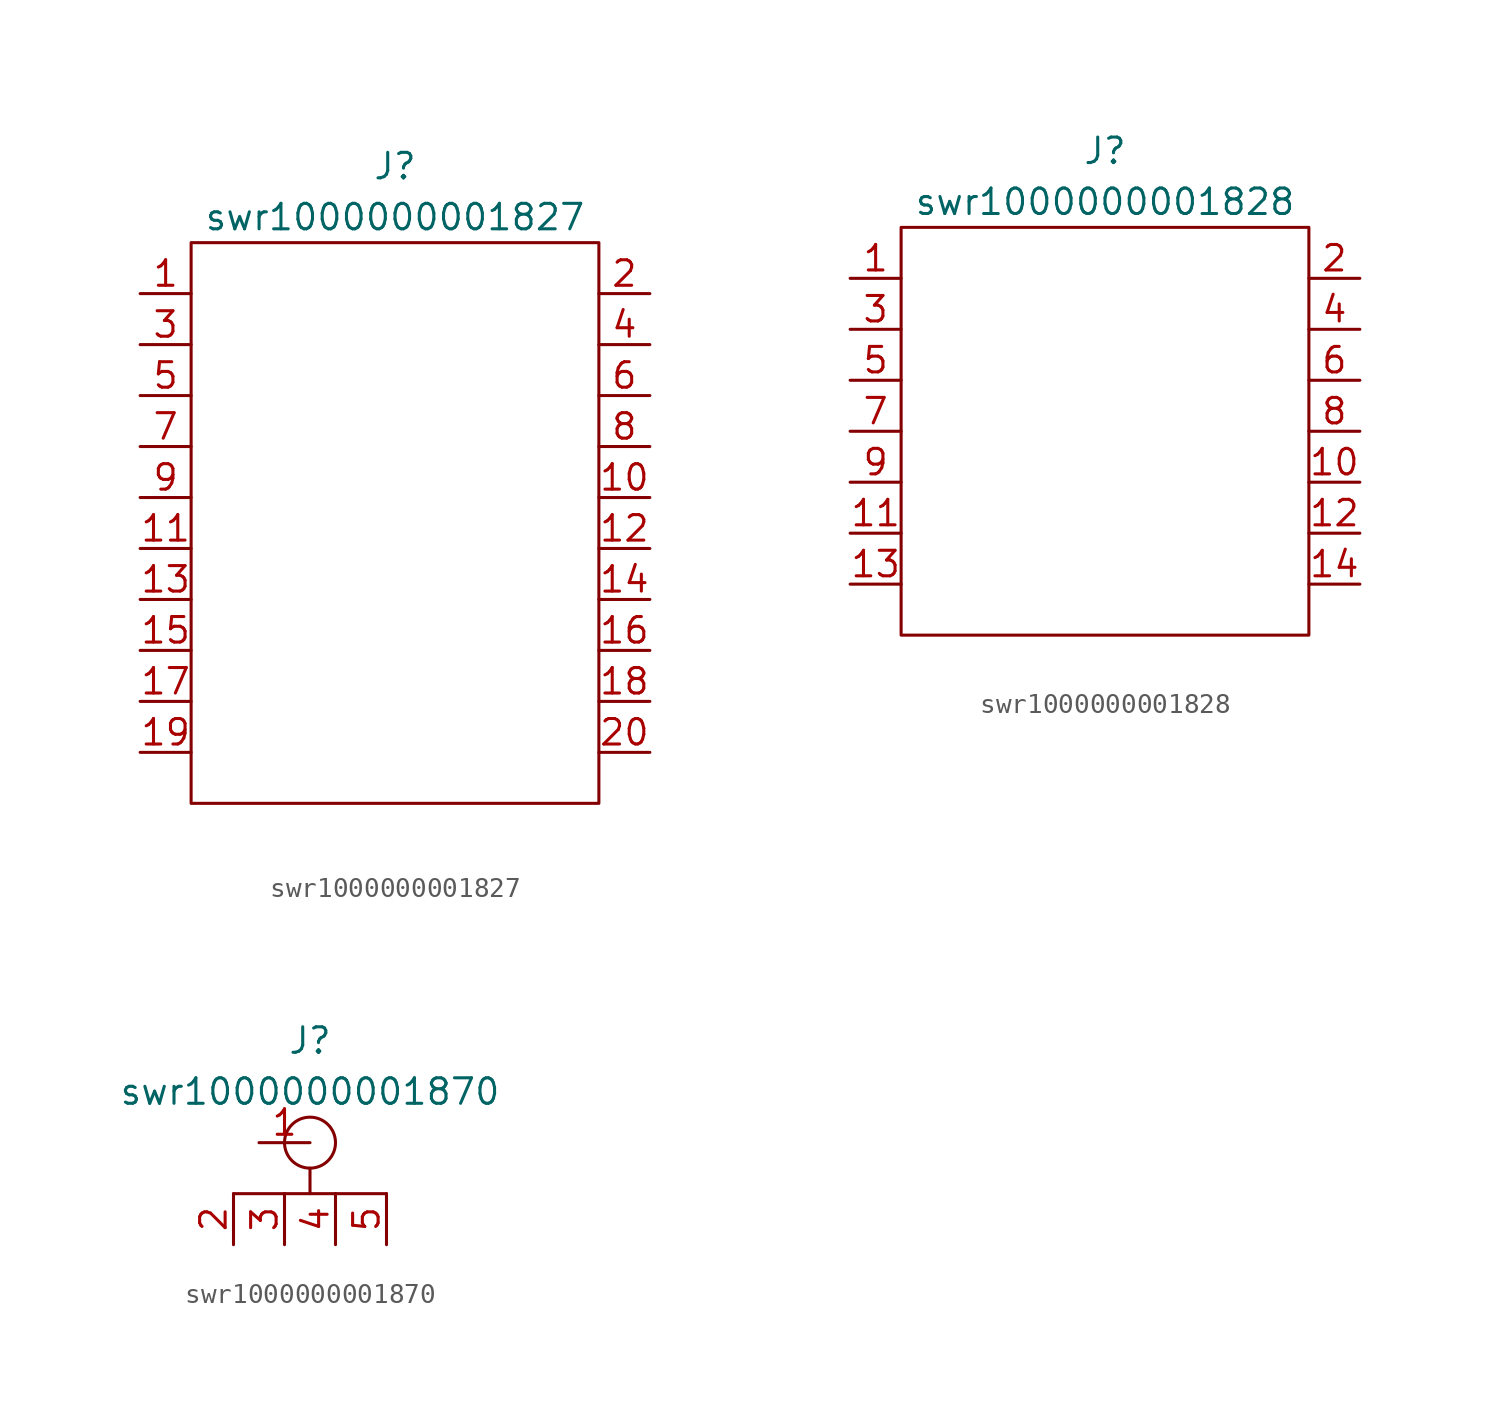
<source format=kicad_sym>
(kicad_symbol_lib
  (version 20220914)
  (generator kicad_symbol_editor)
  (symbol "swr1000000001827"
    (property "Reference" "J"
      (at 0 3.81 0)
      (effects (font (size 1.27 1.27))))
    (property "Value" "swr1000000001827"
      (at 0 1.27 0)
      (effects (font (size 1.27 1.27))))
    (symbol "swr1000000001827_0_0"
      (pin passive line (at -12.7 -2.54 0) (length 2.54) (name "" (effects (font (size 1.27 1.27)))) (number "1" (effects (font (size 1.27 1.27)))))
      (pin passive line (at 12.7 -12.7 180) (length 2.54) (name "" (effects (font (size 1.27 1.27)))) (number "10" (effects (font (size 1.27 1.27)))))
      (pin passive line (at -12.7 -15.24 0) (length 2.54) (name "" (effects (font (size 1.27 1.27)))) (number "11" (effects (font (size 1.27 1.27)))))
      (pin passive line (at 12.7 -15.24 180) (length 2.54) (name "" (effects (font (size 1.27 1.27)))) (number "12" (effects (font (size 1.27 1.27)))))
      (pin passive line (at -12.7 -17.78 0) (length 2.54) (name "" (effects (font (size 1.27 1.27)))) (number "13" (effects (font (size 1.27 1.27)))))
      (pin passive line (at 12.7 -17.78 180) (length 2.54) (name "" (effects (font (size 1.27 1.27)))) (number "14" (effects (font (size 1.27 1.27)))))
      (pin passive line (at -12.7 -20.32 0) (length 2.54) (name "" (effects (font (size 1.27 1.27)))) (number "15" (effects (font (size 1.27 1.27)))))
      (pin passive line (at 12.7 -20.32 180) (length 2.54) (name "" (effects (font (size 1.27 1.27)))) (number "16" (effects (font (size 1.27 1.27)))))
      (pin passive line (at -12.7 -22.86 0) (length 2.54) (name "" (effects (font (size 1.27 1.27)))) (number "17" (effects (font (size 1.27 1.27)))))
      (pin passive line (at 12.7 -22.86 180) (length 2.54) (name "" (effects (font (size 1.27 1.27)))) (number "18" (effects (font (size 1.27 1.27)))))
      (pin passive line (at -12.7 -25.4 0) (length 2.54) (name "" (effects (font (size 1.27 1.27)))) (number "19" (effects (font (size 1.27 1.27)))))
      (pin passive line (at 12.7 -2.54 180) (length 2.54) (name "" (effects (font (size 1.27 1.27)))) (number "2" (effects (font (size 1.27 1.27)))))
      (pin passive line (at 12.7 -25.4 180) (length 2.54) (name "" (effects (font (size 1.27 1.27)))) (number "20" (effects (font (size 1.27 1.27)))))
      (pin passive line (at -12.7 -5.08 0) (length 2.54) (name "" (effects (font (size 1.27 1.27)))) (number "3" (effects (font (size 1.27 1.27)))))
      (pin passive line (at 12.7 -5.08 180) (length 2.54) (name "" (effects (font (size 1.27 1.27)))) (number "4" (effects (font (size 1.27 1.27)))))
      (pin passive line (at -12.7 -7.62 0) (length 2.54) (name "" (effects (font (size 1.27 1.27)))) (number "5" (effects (font (size 1.27 1.27)))))
      (pin passive line (at 12.7 -7.62 180) (length 2.54) (name "" (effects (font (size 1.27 1.27)))) (number "6" (effects (font (size 1.27 1.27)))))
      (pin passive line (at -12.7 -10.16 0) (length 2.54) (name "" (effects (font (size 1.27 1.27)))) (number "7" (effects (font (size 1.27 1.27)))))
      (pin passive line (at 12.7 -10.16 180) (length 2.54) (name "" (effects (font (size 1.27 1.27)))) (number "8" (effects (font (size 1.27 1.27)))))
      (pin passive line (at -12.7 -12.7 0) (length 2.54) (name "" (effects (font (size 1.27 1.27)))) (number "9" (effects (font (size 1.27 1.27))))))
    (symbol "swr1000000001827_0_1"
      (rectangle (start -10.16 0) (end 10.16 -27.94) (stroke (width 0) (type default)) (fill (type none)))))
  (symbol "swr1000000001828"
    (property "Reference" "J"
      (at 0 3.81 0)
      (effects (font (size 1.27 1.27))))
    (property "Value" "swr1000000001828"
      (at 0 1.27 0)
      (effects (font (size 1.27 1.27))))
    (symbol "swr1000000001828_0_0"
      (pin passive line (at -12.7 -2.54 0) (length 2.54) (name "" (effects (font (size 1.27 1.27)))) (number "1" (effects (font (size 1.27 1.27)))))
      (pin passive line (at 12.7 -12.7 180) (length 2.54) (name "" (effects (font (size 1.27 1.27)))) (number "10" (effects (font (size 1.27 1.27)))))
      (pin passive line (at -12.7 -15.24 0) (length 2.54) (name "" (effects (font (size 1.27 1.27)))) (number "11" (effects (font (size 1.27 1.27)))))
      (pin passive line (at 12.7 -15.24 180) (length 2.54) (name "" (effects (font (size 1.27 1.27)))) (number "12" (effects (font (size 1.27 1.27)))))
      (pin passive line (at -12.7 -17.78 0) (length 2.54) (name "" (effects (font (size 1.27 1.27)))) (number "13" (effects (font (size 1.27 1.27)))))
      (pin passive line (at 12.7 -17.78 180) (length 2.54) (name "" (effects (font (size 1.27 1.27)))) (number "14" (effects (font (size 1.27 1.27)))))
      (pin passive line (at 12.7 -2.54 180) (length 2.54) (name "" (effects (font (size 1.27 1.27)))) (number "2" (effects (font (size 1.27 1.27)))))
      (pin passive line (at -12.7 -5.08 0) (length 2.54) (name "" (effects (font (size 1.27 1.27)))) (number "3" (effects (font (size 1.27 1.27)))))
      (pin passive line (at 12.7 -5.08 180) (length 2.54) (name "" (effects (font (size 1.27 1.27)))) (number "4" (effects (font (size 1.27 1.27)))))
      (pin passive line (at -12.7 -7.62 0) (length 2.54) (name "" (effects (font (size 1.27 1.27)))) (number "5" (effects (font (size 1.27 1.27)))))
      (pin passive line (at 12.7 -7.62 180) (length 2.54) (name "" (effects (font (size 1.27 1.27)))) (number "6" (effects (font (size 1.27 1.27)))))
      (pin passive line (at -12.7 -10.16 0) (length 2.54) (name "" (effects (font (size 1.27 1.27)))) (number "7" (effects (font (size 1.27 1.27)))))
      (pin passive line (at 12.7 -10.16 180) (length 2.54) (name "" (effects (font (size 1.27 1.27)))) (number "8" (effects (font (size 1.27 1.27)))))
      (pin passive line (at -12.7 -12.7 0) (length 2.54) (name "" (effects (font (size 1.27 1.27)))) (number "9" (effects (font (size 1.27 1.27))))))
    (symbol "swr1000000001828_0_1"
      (rectangle (start -10.16 0) (end 10.16 -20.32) (stroke (width 0) (type default)) (fill (type none)))))
  (symbol "swr1000000001870"
    (pin_names
      (offset 1.016))
    (property "Reference" "J"
      (at 0 5.08 0)
      (effects (font (size 1.27 1.27))))
    (property "Value" "swr1000000001870"
      (at 0 2.54 0)
      (effects (font (size 1.27 1.27))))
    (symbol "swr1000000001870_0_1"
      (polyline (pts (xy -3.81 -2.54) (xy 1.27 -2.54)) (stroke (width 0) (type default)) (fill (type none)))
      (polyline (pts (xy 0 -1.27) (xy 0 -2.54)) (stroke (width 0) (type default)) (fill (type none)))
      (polyline (pts (xy 1.27 -2.54) (xy 3.81 -2.54)) (stroke (width 0) (type default)) (fill (type none)))
      (circle (center 0 0) (radius 1.27) (stroke (width 0) (type default)) (fill (type none))))
    (symbol "swr1000000001870_1_1"
      (pin unspecified line (at -2.54 0 0) (length 2.54) (name "~" (effects (font (size 1.27 1.27)))) (number "1" (effects (font (size 1.27 1.27)))))
      (pin unspecified line (at -3.81 -5.08 90) (length 2.54) (name "~" (effects (font (size 1.27 1.27)))) (number "2" (effects (font (size 1.27 1.27)))))
      (pin unspecified line (at -1.27 -5.08 90) (length 2.54) (name "~" (effects (font (size 1.27 1.27)))) (number "3" (effects (font (size 1.27 1.27)))))
      (pin unspecified line (at 1.27 -5.08 90) (length 2.54) (name "~" (effects (font (size 1.27 1.27)))) (number "4" (effects (font (size 1.27 1.27)))))
      (pin unspecified line (at 3.81 -5.08 90) (length 2.54) (name "~" (effects (font (size 1.27 1.27)))) (number "5" (effects (font (size 1.27 1.27))))))))
</source>
